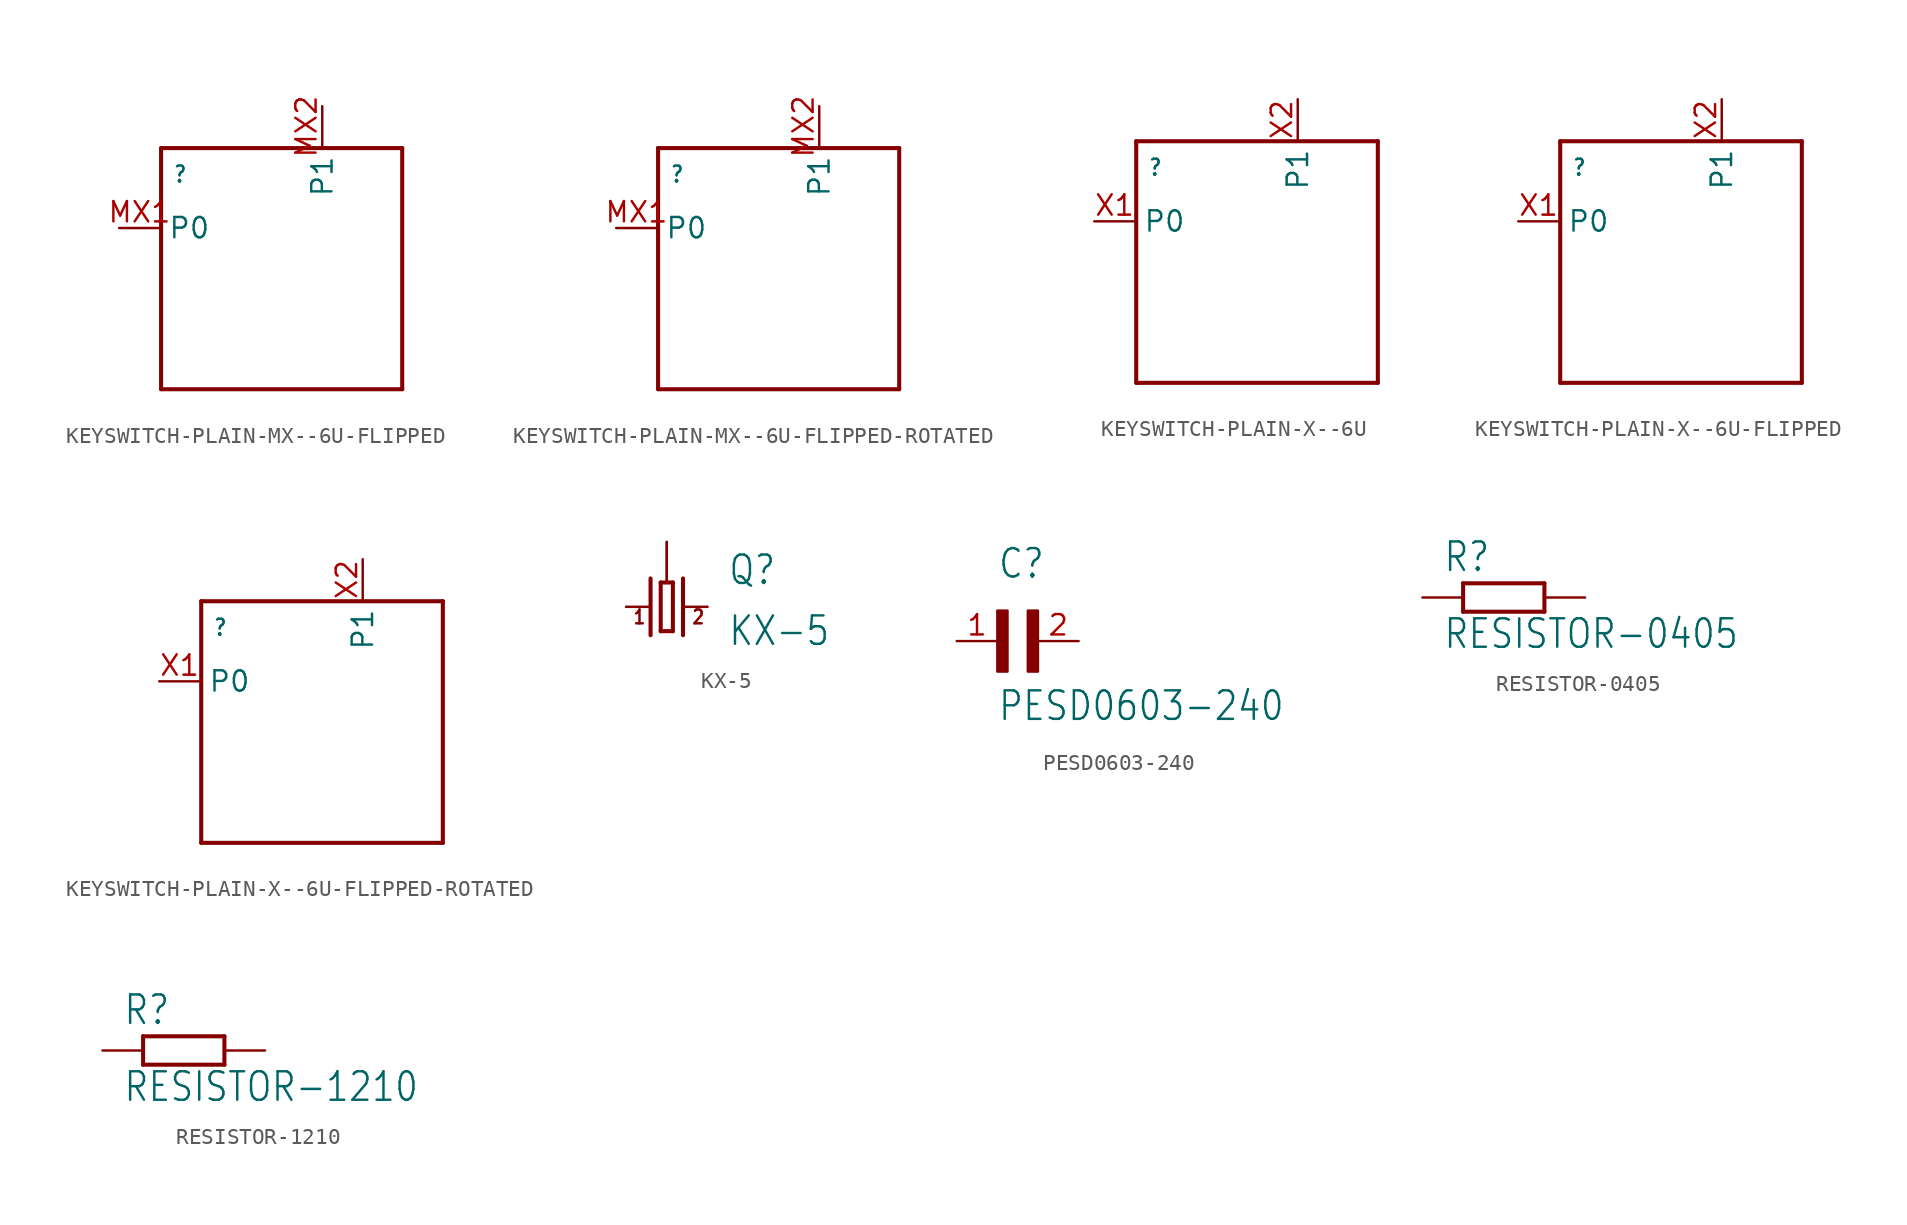
<source format=kicad_sym>
(kicad_symbol_lib
  (version 20211014)
  (generator kicad_symbol_editor)
  (symbol "KEYSWITCH-PLAIN-MX--6U-FLIPPED"
    (property "Reference" ""
      (at -6.81 5.318 0)
      (effects (font (size 1 0.85)) (justify left bottom)))
    (property "ki_locked" ""
      (at 0 0 0)
      (effects (font (size 1.27 1.27))))
    (symbol "KEYSWITCH-PLAIN-MX--6U-FLIPPED_1_0"
      (polyline (pts (xy -7.54 -7.54) (xy -7.54 7.54)) (stroke (width 0.254) (type default) (color 0 0 0 0)) (fill (type none)))
      (polyline (pts (xy -7.54 7.54) (xy 7.54 7.54)) (stroke (width 0.254) (type default) (color 0 0 0 0)) (fill (type none)))
      (polyline (pts (xy 7.54 -7.54) (xy -7.54 -7.54)) (stroke (width 0.254) (type default) (color 0 0 0 0)) (fill (type none)))
      (polyline (pts (xy 7.54 7.54) (xy 7.54 -7.54)) (stroke (width 0.254) (type default) (color 0 0 0 0)) (fill (type none)))
      (pin bidirectional line (at -10.16 2.54 0) (length 2.54) (name "P0" (effects (font (size 1.27 1.27)))) (number "MX1" (effects (font (size 1.27 1.27)))))
      (pin bidirectional line (at 2.54 10.16 270) (length 2.54) (name "P1" (effects (font (size 1.27 1.27)))) (number "MX2" (effects (font (size 1.27 1.27)))))))
  (symbol "KEYSWITCH-PLAIN-MX--6U-FLIPPED-ROTATED"
    (property "Reference" ""
      (at -6.81 5.318 0)
      (effects (font (size 1 0.85)) (justify left bottom)))
    (property "ki_locked" ""
      (at 0 0 0)
      (effects (font (size 1.27 1.27))))
    (symbol "KEYSWITCH-PLAIN-MX--6U-FLIPPED-ROTATED_1_0"
      (polyline (pts (xy -7.54 -7.54) (xy -7.54 7.54)) (stroke (width 0.254) (type default) (color 0 0 0 0)) (fill (type none)))
      (polyline (pts (xy -7.54 7.54) (xy 7.54 7.54)) (stroke (width 0.254) (type default) (color 0 0 0 0)) (fill (type none)))
      (polyline (pts (xy 7.54 -7.54) (xy -7.54 -7.54)) (stroke (width 0.254) (type default) (color 0 0 0 0)) (fill (type none)))
      (polyline (pts (xy 7.54 7.54) (xy 7.54 -7.54)) (stroke (width 0.254) (type default) (color 0 0 0 0)) (fill (type none)))
      (pin bidirectional line (at -10.16 2.54 0) (length 2.54) (name "P0" (effects (font (size 1.27 1.27)))) (number "MX1" (effects (font (size 1.27 1.27)))))
      (pin bidirectional line (at 2.54 10.16 270) (length 2.54) (name "P1" (effects (font (size 1.27 1.27)))) (number "MX2" (effects (font (size 1.27 1.27)))))))
  (symbol "KEYSWITCH-PLAIN-X--6U"
    (property "Reference" ""
      (at -6.81 5.318 0)
      (effects (font (size 1 0.85)) (justify left bottom)))
    (property "ki_locked" ""
      (at 0 0 0)
      (effects (font (size 1.27 1.27))))
    (symbol "KEYSWITCH-PLAIN-X--6U_1_0"
      (polyline (pts (xy -7.54 -7.54) (xy -7.54 7.54)) (stroke (width 0.254) (type default) (color 0 0 0 0)) (fill (type none)))
      (polyline (pts (xy -7.54 7.54) (xy 7.54 7.54)) (stroke (width 0.254) (type default) (color 0 0 0 0)) (fill (type none)))
      (polyline (pts (xy 7.54 -7.54) (xy -7.54 -7.54)) (stroke (width 0.254) (type default) (color 0 0 0 0)) (fill (type none)))
      (polyline (pts (xy 7.54 7.54) (xy 7.54 -7.54)) (stroke (width 0.254) (type default) (color 0 0 0 0)) (fill (type none)))
      (pin bidirectional line (at -10.16 2.54 0) (length 2.54) (name "P0" (effects (font (size 1.27 1.27)))) (number "X1" (effects (font (size 1.27 1.27)))))
      (pin bidirectional line (at 2.54 10.16 270) (length 2.54) (name "P1" (effects (font (size 1.27 1.27)))) (number "X2" (effects (font (size 1.27 1.27)))))))
  (symbol "KEYSWITCH-PLAIN-X--6U-FLIPPED"
    (property "Reference" ""
      (at -6.81 5.318 0)
      (effects (font (size 1 0.85)) (justify left bottom)))
    (property "ki_locked" ""
      (at 0 0 0)
      (effects (font (size 1.27 1.27))))
    (symbol "KEYSWITCH-PLAIN-X--6U-FLIPPED_1_0"
      (polyline (pts (xy -7.54 -7.54) (xy -7.54 7.54)) (stroke (width 0.254) (type default) (color 0 0 0 0)) (fill (type none)))
      (polyline (pts (xy -7.54 7.54) (xy 7.54 7.54)) (stroke (width 0.254) (type default) (color 0 0 0 0)) (fill (type none)))
      (polyline (pts (xy 7.54 -7.54) (xy -7.54 -7.54)) (stroke (width 0.254) (type default) (color 0 0 0 0)) (fill (type none)))
      (polyline (pts (xy 7.54 7.54) (xy 7.54 -7.54)) (stroke (width 0.254) (type default) (color 0 0 0 0)) (fill (type none)))
      (pin bidirectional line (at -10.16 2.54 0) (length 2.54) (name "P0" (effects (font (size 1.27 1.27)))) (number "X1" (effects (font (size 1.27 1.27)))))
      (pin bidirectional line (at 2.54 10.16 270) (length 2.54) (name "P1" (effects (font (size 1.27 1.27)))) (number "X2" (effects (font (size 1.27 1.27)))))))
  (symbol "KEYSWITCH-PLAIN-X--6U-FLIPPED-ROTATED"
    (property "Reference" ""
      (at -6.81 5.318 0)
      (effects (font (size 1 0.85)) (justify left bottom)))
    (property "ki_locked" ""
      (at 0 0 0)
      (effects (font (size 1.27 1.27))))
    (symbol "KEYSWITCH-PLAIN-X--6U-FLIPPED-ROTATED_1_0"
      (polyline (pts (xy -7.54 -7.54) (xy -7.54 7.54)) (stroke (width 0.254) (type default) (color 0 0 0 0)) (fill (type none)))
      (polyline (pts (xy -7.54 7.54) (xy 7.54 7.54)) (stroke (width 0.254) (type default) (color 0 0 0 0)) (fill (type none)))
      (polyline (pts (xy 7.54 -7.54) (xy -7.54 -7.54)) (stroke (width 0.254) (type default) (color 0 0 0 0)) (fill (type none)))
      (polyline (pts (xy 7.54 7.54) (xy 7.54 -7.54)) (stroke (width 0.254) (type default) (color 0 0 0 0)) (fill (type none)))
      (pin bidirectional line (at -10.16 2.54 0) (length 2.54) (name "P0" (effects (font (size 1.27 1.27)))) (number "X1" (effects (font (size 1.27 1.27)))))
      (pin bidirectional line (at 2.54 10.16 270) (length 2.54) (name "P1" (effects (font (size 1.27 1.27)))) (number "X2" (effects (font (size 1.27 1.27)))))))
  (symbol "KX-5"
    (property "Reference" "Q"
      (at 3.81 1.27 0)
      (effects (font (size 1.778 1.511)) (justify left bottom)))
    (property "Value" "KX-5"
      (at 3.81 -2.54 0)
      (effects (font (size 1.778 1.511)) (justify left bottom)))
    (property "ki_locked" ""
      (at 0 0 0)
      (effects (font (size 1.27 1.27))))
    (symbol "KX-5_1_0"
      (polyline (pts (xy -2.54 0) (xy -1.016 0)) (stroke (width 0.152) (type default) (color 0 0 0 0)) (fill (type none)))
      (polyline (pts (xy -1.016 1.778) (xy -1.016 -1.778)) (stroke (width 0.254) (type default) (color 0 0 0 0)) (fill (type none)))
      (polyline (pts (xy -0.381 -1.524) (xy 0.381 -1.524)) (stroke (width 0.254) (type default) (color 0 0 0 0)) (fill (type none)))
      (polyline (pts (xy -0.381 1.524) (xy -0.381 -1.524)) (stroke (width 0.254) (type default) (color 0 0 0 0)) (fill (type none)))
      (polyline (pts (xy 0.381 -1.524) (xy 0.381 1.524)) (stroke (width 0.254) (type default) (color 0 0 0 0)) (fill (type none)))
      (polyline (pts (xy 0.381 1.524) (xy -0.381 1.524)) (stroke (width 0.254) (type default) (color 0 0 0 0)) (fill (type none)))
      (polyline (pts (xy 1.016 0) (xy 2.54 0)) (stroke (width 0.152) (type default) (color 0 0 0 0)) (fill (type none)))
      (polyline (pts (xy 1.016 1.778) (xy 1.016 -1.778)) (stroke (width 0.254) (type default) (color 0 0 0 0)) (fill (type none)))
      (text "1" (at -2.159 -1.143 0) (effects (font (size 0.864 0.734)) (justify left bottom)))
      (text "2" (at 1.524 -1.143 0) (effects (font (size 0.864 0.734)) (justify left bottom)))
      (pin passive line (at -2.54 0 0) (length 0) (name "1" (effects (font (size 0 0)))) (number "1" (effects (font (size 0 0)))))
      (pin passive line (at 0 4.064 270) (length 2.54) (name "3" (effects (font (size 0 0)))) (number "2" (effects (font (size 0 0)))))
      (pin passive line (at 2.54 0 180) (length 0) (name "2" (effects (font (size 0 0)))) (number "3" (effects (font (size 0 0)))))
      (pin passive line (at 0 4.064 270) (length 2.54) (name "3" (effects (font (size 0 0)))) (number "4" (effects (font (size 0 0)))))))
  (symbol "PESD0603-240"
    (property "Reference" "C"
      (at 0 3.811 0)
      (effects (font (size 1.778 1.512)) (justify left bottom)))
    (property "Value" "PESD0603-240"
      (at 0 -5.088 0)
      (effects (font (size 1.781 1.514)) (justify left bottom)))
    (property "ki_locked" ""
      (at 0 0 0)
      (effects (font (size 1.27 1.27))))
    (symbol "PESD0603-240_1_0"
      (rectangle (start 0 -1.907) (end 0.635 1.905) (stroke (width 0) (type default) (color 0 0 0 0)) (fill (type outline)))
      (rectangle (start 1.907 -1.907) (end 2.54 1.905) (stroke (width 0) (type default) (color 0 0 0 0)) (fill (type outline)))
      (pin passive line (at -2.54 0 0) (length 2.54) (name "1" (effects (font (size 0 0)))) (number "1" (effects (font (size 1.27 1.27)))))
      (pin passive line (at 5.08 0 180) (length 2.54) (name "2" (effects (font (size 0 0)))) (number "2" (effects (font (size 1.27 1.27)))))))
  (symbol "RESISTOR-0405"
    (property "Reference" "R"
      (at -3.81 1.499 0)
      (effects (font (size 1.778 1.511)) (justify left bottom)))
    (property "Value" "RESISTOR-0405"
      (at -3.81 -3.302 0)
      (effects (font (size 1.778 1.511)) (justify left bottom)))
    (property "ki_locked" ""
      (at 0 0 0)
      (effects (font (size 1.27 1.27))))
    (symbol "RESISTOR-0405_1_0"
      (polyline (pts (xy -2.54 -0.889) (xy -2.54 0.889)) (stroke (width 0.254) (type default) (color 0 0 0 0)) (fill (type none)))
      (polyline (pts (xy -2.54 -0.889) (xy 2.54 -0.889)) (stroke (width 0.254) (type default) (color 0 0 0 0)) (fill (type none)))
      (polyline (pts (xy 2.54 -0.889) (xy 2.54 0.889)) (stroke (width 0.254) (type default) (color 0 0 0 0)) (fill (type none)))
      (polyline (pts (xy 2.54 0.889) (xy -2.54 0.889)) (stroke (width 0.254) (type default) (color 0 0 0 0)) (fill (type none)))
      (pin passive line (at -5.08 0 0) (length 2.54) (name "1" (effects (font (size 0 0)))) (number "1" (effects (font (size 0 0)))))
      (pin passive line (at 5.08 0 180) (length 2.54) (name "2" (effects (font (size 0 0)))) (number "2" (effects (font (size 0 0)))))))
  (symbol "RESISTOR-1210"
    (property "Reference" "R"
      (at -3.81 1.499 0)
      (effects (font (size 1.778 1.511)) (justify left bottom)))
    (property "Value" "RESISTOR-1210"
      (at -3.81 -3.302 0)
      (effects (font (size 1.778 1.511)) (justify left bottom)))
    (property "ki_locked" ""
      (at 0 0 0)
      (effects (font (size 1.27 1.27))))
    (symbol "RESISTOR-1210_1_0"
      (polyline (pts (xy -2.54 -0.889) (xy -2.54 0.889)) (stroke (width 0.254) (type default) (color 0 0 0 0)) (fill (type none)))
      (polyline (pts (xy -2.54 -0.889) (xy 2.54 -0.889)) (stroke (width 0.254) (type default) (color 0 0 0 0)) (fill (type none)))
      (polyline (pts (xy 2.54 -0.889) (xy 2.54 0.889)) (stroke (width 0.254) (type default) (color 0 0 0 0)) (fill (type none)))
      (polyline (pts (xy 2.54 0.889) (xy -2.54 0.889)) (stroke (width 0.254) (type default) (color 0 0 0 0)) (fill (type none)))
      (pin passive line (at -5.08 0 0) (length 2.54) (name "1" (effects (font (size 0 0)))) (number "1" (effects (font (size 0 0)))))
      (pin passive line (at 5.08 0 180) (length 2.54) (name "2" (effects (font (size 0 0)))) (number "2" (effects (font (size 0 0))))))))
</source>
